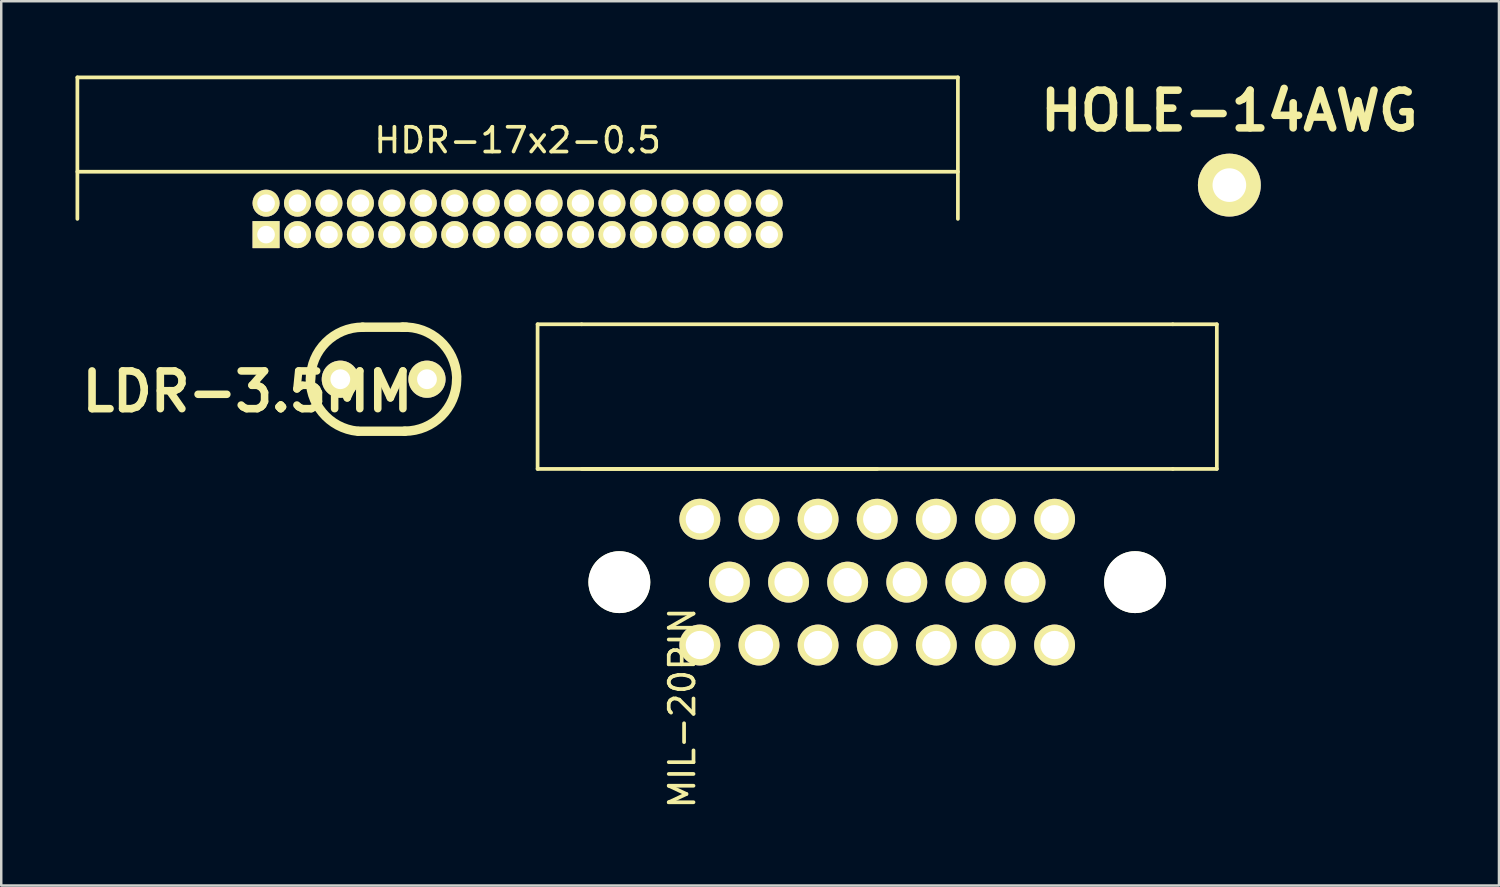
<source format=kicad_pcb>
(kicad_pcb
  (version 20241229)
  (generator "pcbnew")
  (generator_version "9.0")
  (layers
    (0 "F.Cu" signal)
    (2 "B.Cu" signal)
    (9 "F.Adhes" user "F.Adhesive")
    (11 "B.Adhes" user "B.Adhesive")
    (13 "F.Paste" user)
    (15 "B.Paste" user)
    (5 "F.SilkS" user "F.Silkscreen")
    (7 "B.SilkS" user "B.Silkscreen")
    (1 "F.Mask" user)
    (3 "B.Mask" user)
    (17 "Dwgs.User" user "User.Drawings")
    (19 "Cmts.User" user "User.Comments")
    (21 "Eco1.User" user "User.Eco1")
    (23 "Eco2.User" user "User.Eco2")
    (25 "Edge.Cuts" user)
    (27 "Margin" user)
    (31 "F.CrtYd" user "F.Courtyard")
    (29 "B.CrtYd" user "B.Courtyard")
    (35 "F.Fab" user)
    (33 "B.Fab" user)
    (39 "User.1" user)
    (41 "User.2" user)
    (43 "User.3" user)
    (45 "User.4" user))
  (footprint "MIL-20PIN"
    (layer "F.Cu")
    (at 32.377 20.46)
    (property "Reference" "MIL-20PIN" (at -7.874 5.08 90) (layer "F.SilkS") (effects (font (size 1 1) (thickness 0.15))))
    (attr through_hole)
    (fp_line (start -13.716 -10.414) (end -11.938 -10.414) (stroke (width 0.15) (type solid)) (layer "F.SilkS"))
    (fp_line (start -13.716 -4.572) (end -13.716 -10.414) (stroke (width 0.15) (type solid)) (layer "F.SilkS"))
    (fp_line (start -11.938 -4.572) (end 11.938 -4.572) (stroke (width 0.15) (type solid)) (layer "F.SilkS"))
    (fp_line (start 0 -4.572) (end -13.716 -4.572) (stroke (width 0.15) (type solid)) (layer "F.SilkS"))
    (fp_line (start 11.938 -10.414) (end -11.938 -10.414) (stroke (width 0.15) (type solid)) (layer "F.SilkS"))
    (fp_line (start 11.938 -4.572) (end 13.716 -4.572) (stroke (width 0.15) (type solid)) (layer "F.SilkS"))
    (fp_line (start 13.716 -10.414) (end 11.938 -10.414) (stroke (width 0.15) (type solid)) (layer "F.SilkS"))
    (fp_line (start 13.716 -4.572) (end 13.716 -10.414) (stroke (width 0.15) (type solid)) (layer "F.SilkS"))
    (pad "" np_thru_hole circle (at -10.414 0) (size 2.5 2.5) (drill 2.5) (layers "*.Cu" "*.Mask" "F.SilkS"))
    (pad "" np_thru_hole circle (at 10.414 0) (size 2.5 2.5) (drill 2.5) (layers "*.Cu" "*.Mask" "F.SilkS"))
    (pad "1" thru_hole circle (at -7.163 -2.54) (size 1.651 1.651) (drill 1.143) (layers "*.Cu" "*.Mask" "F.SilkS"))
    (pad "2" thru_hole circle (at -5.969 0) (size 1.651 1.651) (drill 1.143) (layers "*.Cu" "*.Mask" "F.SilkS"))
    (pad "3" thru_hole circle (at -7.163 2.54) (size 1.651 1.651) (drill 1.143) (layers "*.Cu" "*.Mask" "F.SilkS"))
    (pad "4" thru_hole circle (at -4.775 -2.54) (size 1.651 1.651) (drill 1.143) (layers "*.Cu" "*.Mask" "F.SilkS"))
    (pad "5" thru_hole circle (at -3.581 0) (size 1.651 1.651) (drill 1.143) (layers "*.Cu" "*.Mask" "F.SilkS"))
    (pad "6" thru_hole circle (at -4.775 2.54) (size 1.651 1.651) (drill 1.143) (layers "*.Cu" "*.Mask" "F.SilkS"))
    (pad "7" thru_hole circle (at -2.388 -2.54) (size 1.651 1.651) (drill 1.143) (layers "*.Cu" "*.Mask" "F.SilkS"))
    (pad "8" thru_hole circle (at -1.194 0) (size 1.651 1.651) (drill 1.143) (layers "*.Cu" "*.Mask" "F.SilkS"))
    (pad "9" thru_hole circle (at -2.388 2.54) (size 1.651 1.651) (drill 1.143) (layers "*.Cu" "*.Mask" "F.SilkS"))
    (pad "10" thru_hole circle (at 0 -2.54) (size 1.651 1.651) (drill 1.143) (layers "*.Cu" "*.Mask" "F.SilkS"))
    (pad "11" thru_hole circle (at 1.194 0) (size 1.651 1.651) (drill 1.143) (layers "*.Cu" "*.Mask" "F.SilkS"))
    (pad "12" thru_hole circle (at 0 2.54) (size 1.651 1.651) (drill 1.143) (layers "*.Cu" "*.Mask" "F.SilkS"))
    (pad "13" thru_hole circle (at 2.388 -2.54) (size 1.651 1.651) (drill 1.143) (layers "*.Cu" "*.Mask" "F.SilkS"))
    (pad "14" thru_hole circle (at 3.581 0) (size 1.651 1.651) (drill 1.143) (layers "*.Cu" "*.Mask" "F.SilkS"))
    (pad "15" thru_hole circle (at 2.388 2.54) (size 1.651 1.651) (drill 1.143) (layers "*.Cu" "*.Mask" "F.SilkS"))
    (pad "16" thru_hole circle (at 4.775 -2.54) (size 1.651 1.651) (drill 1.143) (layers "*.Cu" "*.Mask" "F.SilkS"))
    (pad "17" thru_hole circle (at 5.969 0) (size 1.651 1.651) (drill 1.143) (layers "*.Cu" "*.Mask" "F.SilkS"))
    (pad "18" thru_hole circle (at 4.775 2.54) (size 1.651 1.651) (drill 1.143) (layers "*.Cu" "*.Mask" "F.SilkS"))
    (pad "19" thru_hole circle (at 7.163 -2.54) (size 1.651 1.651) (drill 1.143) (layers "*.Cu" "*.Mask" "F.SilkS"))
    (pad "20" thru_hole circle (at 7.163 2.54) (size 1.651 1.651) (drill 1.143) (layers "*.Cu" "*.Mask" "F.SilkS")))
  (footprint "LDR-3.5MM"
    (layer "F.Cu")
    (at 12.444 12.265)
    (property "Reference" "LDR-3.5MM" (at -5.499 0.5 0) (layer "F.SilkS") (effects (font (size 1.524 1.524) (thickness 0.305))))
    (attr through_hole)
    (fp_line (start -1.001 2.101) (end 0.851 2.101) (stroke (width 0.381) (type solid)) (layer "F.SilkS"))
    (fp_line (start -0.851 -2.101) (end 0.749 -2.101) (stroke (width 0.381) (type solid)) (layer "F.SilkS"))
    (fp_line (start 0.8 -2.101) (end 0.899 -2.101) (stroke (width 0.381) (type solid)) (layer "F.SilkS"))
    (fp_arc (start -2.94894 0) (mid -2.333694 -1.485334) (end -0.84836 -2.10058) (stroke (width 0.381) (type solid)) (layer "F.SilkS"))
    (fp_arc (start -1.04902 2.10058) (mid -2.475582 1.343446) (end -2.94894 -0.20066) (stroke (width 0.381) (type solid)) (layer "F.SilkS"))
    (fp_arc (start 0.7493 -2.10058) (mid 2.264392 -1.557176) (end 2.95148 -0.1016) (stroke (width 0.381) (type solid)) (layer "F.SilkS"))
    (fp_arc (start 2.94894 0) (mid 2.334438 1.483538) (end 0.8509 2.09804) (stroke (width 0.381) (type solid)) (layer "F.SilkS"))
    (pad "1" thru_hole circle (at -1.75 0) (size 1.501 1.501) (drill 0.8) (layers "*.Cu" "*.Mask" "F.SilkS"))
    (pad "2" thru_hole circle (at 1.75 0) (size 1.501 1.501) (drill 0.8) (layers "*.Cu" "*.Mask" "F.SilkS")))
  (footprint "HOLE-14AWG"
    (layer "F.Cu")
    (at 46.599 4.426)
    (property "Reference" "HOLE-14AWG" (at 0 -3 0) (layer "F.SilkS") (effects (font (size 1.524 1.524) (thickness 0.305))))
    (attr through_hole)
    (pad "1" thru_hole circle (at 0 0) (size 2.54 2.54) (drill 1.359) (layers "*.Cu" "*.Mask" "F.SilkS")))
  (footprint "HDR-17x2-0.5"
    (layer "F.Cu")
    (at 17.855 5.79)
    (property "Reference" "HDR-17x2-0.5" (at 0 -3.175 0) (layer "F.SilkS") (effects (font (size 1 1) (thickness 0.15))))
    (attr through_hole)
    (fp_line (start -17.78 -5.715) (end 17.78 -5.715) (stroke (width 0.15) (type solid)) (layer "F.SilkS"))
    (fp_line (start -17.78 -1.905) (end 17.78 -1.905) (stroke (width 0.15) (type solid)) (layer "F.SilkS"))
    (fp_line (start -17.78 0) (end -17.78 -5.715) (stroke (width 0.15) (type solid)) (layer "F.SilkS"))
    (fp_line (start 17.78 -5.715) (end 17.78 0) (stroke (width 0.15) (type solid)) (layer "F.SilkS"))
    (pad "1" thru_hole rect (at -10.16 0.635) (size 1.092 1.092) (drill 0.711) (layers "*.Cu" "*.Mask" "F.SilkS"))
    (pad "2" thru_hole circle (at -10.16 -0.635) (size 1.092 1.092) (drill 0.711) (layers "*.Cu" "*.Mask" "F.SilkS"))
    (pad "3" thru_hole circle (at -8.89 0.635) (size 1.092 1.092) (drill 0.711) (layers "*.Cu" "*.Mask" "F.SilkS"))
    (pad "4" thru_hole circle (at -8.89 -0.635) (size 1.092 1.092) (drill 0.711) (layers "*.Cu" "*.Mask" "F.SilkS"))
    (pad "5" thru_hole circle (at -7.62 0.635) (size 1.092 1.092) (drill 0.711) (layers "*.Cu" "*.Mask" "F.SilkS"))
    (pad "6" thru_hole circle (at -7.62 -0.635) (size 1.092 1.092) (drill 0.711) (layers "*.Cu" "*.Mask" "F.SilkS"))
    (pad "7" thru_hole circle (at -6.35 0.635) (size 1.092 1.092) (drill 0.711) (layers "*.Cu" "*.Mask" "F.SilkS"))
    (pad "8" thru_hole circle (at -6.35 -0.635) (size 1.092 1.092) (drill 0.711) (layers "*.Cu" "*.Mask" "F.SilkS"))
    (pad "9" thru_hole circle (at -5.08 0.635) (size 1.092 1.092) (drill 0.711) (layers "*.Cu" "*.Mask" "F.SilkS"))
    (pad "10" thru_hole circle (at -5.08 -0.635) (size 1.092 1.092) (drill 0.711) (layers "*.Cu" "*.Mask" "F.SilkS"))
    (pad "11" thru_hole circle (at -3.81 0.635) (size 1.092 1.092) (drill 0.711) (layers "*.Cu" "*.Mask" "F.SilkS"))
    (pad "12" thru_hole circle (at -3.81 -0.635) (size 1.092 1.092) (drill 0.711) (layers "*.Cu" "*.Mask" "F.SilkS"))
    (pad "13" thru_hole circle (at -2.54 0.635) (size 1.092 1.092) (drill 0.711) (layers "*.Cu" "*.Mask" "F.SilkS"))
    (pad "14" thru_hole circle (at -2.54 -0.635) (size 1.092 1.092) (drill 0.711) (layers "*.Cu" "*.Mask" "F.SilkS"))
    (pad "15" thru_hole circle (at -1.27 0.635) (size 1.092 1.092) (drill 0.711) (layers "*.Cu" "*.Mask" "F.SilkS"))
    (pad "16" thru_hole circle (at -1.27 -0.635) (size 1.092 1.092) (drill 0.711) (layers "*.Cu" "*.Mask" "F.SilkS"))
    (pad "17" thru_hole circle (at 0 0.635) (size 1.092 1.092) (drill 0.711) (layers "*.Cu" "*.Mask" "F.SilkS"))
    (pad "18" thru_hole circle (at 0 -0.635) (size 1.092 1.092) (drill 0.711) (layers "*.Cu" "*.Mask" "F.SilkS"))
    (pad "19" thru_hole circle (at 1.27 0.635) (size 1.092 1.092) (drill 0.711) (layers "*.Cu" "*.Mask" "F.SilkS"))
    (pad "20" thru_hole circle (at 1.27 -0.635) (size 1.092 1.092) (drill 0.711) (layers "*.Cu" "*.Mask" "F.SilkS"))
    (pad "21" thru_hole circle (at 2.54 0.635) (size 1.092 1.092) (drill 0.711) (layers "*.Cu" "*.Mask" "F.SilkS"))
    (pad "22" thru_hole circle (at 2.54 -0.635) (size 1.092 1.092) (drill 0.711) (layers "*.Cu" "*.Mask" "F.SilkS"))
    (pad "23" thru_hole circle (at 3.81 0.635) (size 1.092 1.092) (drill 0.711) (layers "*.Cu" "*.Mask" "F.SilkS"))
    (pad "24" thru_hole circle (at 3.81 -0.635) (size 1.092 1.092) (drill 0.711) (layers "*.Cu" "*.Mask" "F.SilkS"))
    (pad "25" thru_hole circle (at 5.08 0.635) (size 1.092 1.092) (drill 0.711) (layers "*.Cu" "*.Mask" "F.SilkS"))
    (pad "26" thru_hole circle (at 5.08 -0.635) (size 1.092 1.092) (drill 0.711) (layers "*.Cu" "*.Mask" "F.SilkS"))
    (pad "27" thru_hole circle (at 6.35 0.635) (size 1.092 1.092) (drill 0.711) (layers "*.Cu" "*.Mask" "F.SilkS"))
    (pad "28" thru_hole circle (at 6.35 -0.635) (size 1.092 1.092) (drill 0.711) (layers "*.Cu" "*.Mask" "F.SilkS"))
    (pad "29" thru_hole circle (at 7.62 0.635) (size 1.092 1.092) (drill 0.711) (layers "*.Cu" "*.Mask" "F.SilkS"))
    (pad "30" thru_hole circle (at 7.62 -0.635) (size 1.092 1.092) (drill 0.711) (layers "*.Cu" "*.Mask" "F.SilkS"))
    (pad "31" thru_hole circle (at 8.89 0.635) (size 1.092 1.092) (drill 0.711) (layers "*.Cu" "*.Mask" "F.SilkS"))
    (pad "32" thru_hole circle (at 8.89 -0.635) (size 1.092 1.092) (drill 0.711) (layers "*.Cu" "*.Mask" "F.SilkS"))
    (pad "33" thru_hole circle (at 10.16 0.635) (size 1.092 1.092) (drill 0.711) (layers "*.Cu" "*.Mask" "F.SilkS"))
    (pad "34" thru_hole circle (at 10.16 -0.635) (size 1.092 1.092) (drill 0.711) (layers "*.Cu" "*.Mask" "F.SilkS")))
  (gr_rect
    (start -3 -3)
    (end 57.487 32.713)
    (stroke (width 0.1) (type default))
    (fill no)
    (layer "Edge.Cuts")))
</source>
